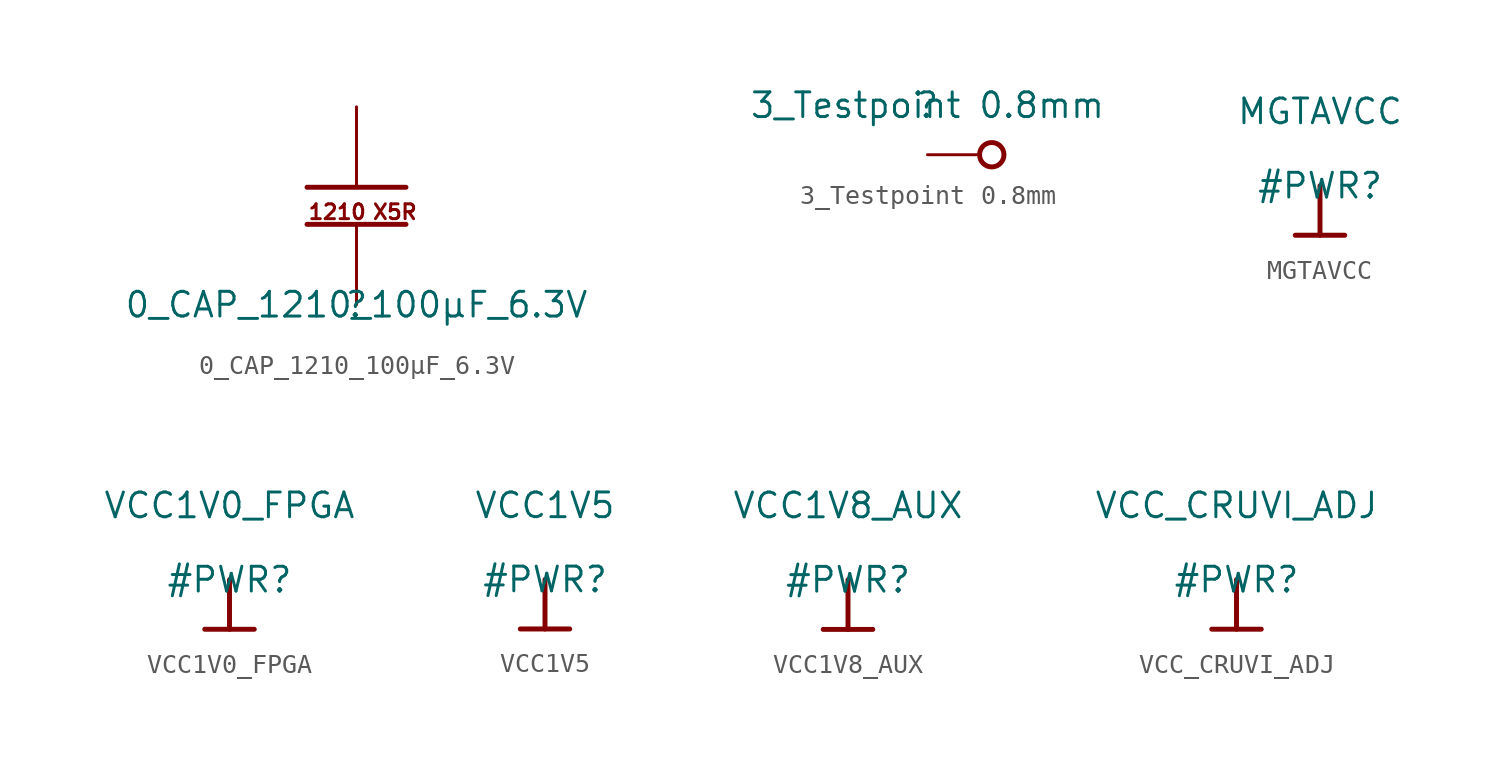
<source format=kicad_sym>
(kicad_symbol_lib
  (version 20211014)
  (generator kicad_symbol_editor)
  (symbol "0_CAP_1210_100µF_6.3V"
    (property "Reference" ""
      (at 0 0 0)
      (effects (font (size 1.27 1.27))))
    (property "Value" "0_CAP_1210_100µF_6.3V"
      (at 0 0 0)
      (effects (font (size 1.27 1.27))))
    (symbol "0_CAP_1210_100µF_6.3V_1_0"
      (polyline (pts (xy -2.54 4.128) (xy 2.54 4.128)) (stroke (width 0.254) (type default) (color 0 0 0 0)) (fill (type none)))
      (polyline (pts (xy -2.54 6.033) (xy 2.54 6.033)) (stroke (width 0.254) (type default) (color 0 0 0 0)) (fill (type none)))
      (text "1210" (at -2.54 4.318 0) (effects (font (size 0.762 0.762)) (justify left bottom)))
      (text "X5R" (at 0.762 4.318 0) (effects (font (size 0.762 0.762)) (justify left bottom)))
      (pin passive line (at 0 10.16 270) (length 4.064) (name "1" (effects (font (size 0 0)))) (number "1" (effects (font (size 0 0)))))
      (pin passive line (at 0 0 90) (length 4.064) (name "2" (effects (font (size 0 0)))) (number "2" (effects (font (size 0 0)))))))
  (symbol "3_Testpoint 0.8mm"
    (property "Reference" ""
      (at 0 0 0)
      (effects (font (size 1.27 1.27))))
    (property "Value" "3_Testpoint 0.8mm"
      (at 0 0 0)
      (effects (font (size 1.27 1.27))))
    (symbol "3_Testpoint 0.8mm_1_0"
      (circle (center 3.302 -2.54) (radius 0.627) (stroke (width 0.254) (type default) (color 0 0 0 0)) (fill (type none)))
      (pin passive line (at 0 -2.54 0) (length 2.54) (name "GND" (effects (font (size 0 0)))) (number "1" (effects (font (size 0 0)))))))
  (symbol "MGTAVCC"
    (power)
    (property "Reference" "#PWR"
      (at 0 0 0)
      (effects (font (size 1.27 1.27))))
    (property "Value" "MGTAVCC"
      (at 0 3.81 0)
      (effects (font (size 1.27 1.27))))
    (symbol "MGTAVCC_0_0"
      (polyline (pts (xy -1.27 -2.54) (xy 1.27 -2.54)) (stroke (width 0.254) (type default) (color 0 0 0 0)) (fill (type none)))
      (polyline (pts (xy 0 0) (xy 0 -2.54)) (stroke (width 0.254) (type default) (color 0 0 0 0)) (fill (type none)))
      (pin power_in line (at 0 0 0) (length 0) hide (name "MGTAVCC" (effects (font (size 1.27 1.27)))) (number "" (effects (font (size 1.27 1.27)))))))
  (symbol "VCC1V0_FPGA"
    (power)
    (property "Reference" "#PWR"
      (at 0 0 0)
      (effects (font (size 1.27 1.27))))
    (property "Value" "VCC1V0_FPGA"
      (at 0 3.81 0)
      (effects (font (size 1.27 1.27))))
    (symbol "VCC1V0_FPGA_0_0"
      (polyline (pts (xy -1.27 -2.54) (xy 1.27 -2.54)) (stroke (width 0.254) (type default) (color 0 0 0 0)) (fill (type none)))
      (polyline (pts (xy 0 0) (xy 0 -2.54)) (stroke (width 0.254) (type default) (color 0 0 0 0)) (fill (type none)))
      (pin power_in line (at 0 0 0) (length 0) hide (name "VCC1V0_FPGA" (effects (font (size 1.27 1.27)))) (number "" (effects (font (size 1.27 1.27)))))))
  (symbol "VCC1V5"
    (power)
    (property "Reference" "#PWR"
      (at 0 0 0)
      (effects (font (size 1.27 1.27))))
    (property "Value" "VCC1V5"
      (at 0 3.81 0)
      (effects (font (size 1.27 1.27))))
    (symbol "VCC1V5_0_0"
      (polyline (pts (xy -1.27 -2.54) (xy 1.27 -2.54)) (stroke (width 0.254) (type default) (color 0 0 0 0)) (fill (type none)))
      (polyline (pts (xy 0 0) (xy 0 -2.54)) (stroke (width 0.254) (type default) (color 0 0 0 0)) (fill (type none)))
      (pin power_in line (at 0 0 0) (length 0) hide (name "VCC1V5" (effects (font (size 1.27 1.27)))) (number "" (effects (font (size 1.27 1.27)))))))
  (symbol "VCC1V8_AUX"
    (power)
    (property "Reference" "#PWR"
      (at 0 0 0)
      (effects (font (size 1.27 1.27))))
    (property "Value" "VCC1V8_AUX"
      (at 0 3.81 0)
      (effects (font (size 1.27 1.27))))
    (symbol "VCC1V8_AUX_0_0"
      (polyline (pts (xy -1.27 -2.54) (xy 1.27 -2.54)) (stroke (width 0.254) (type default) (color 0 0 0 0)) (fill (type none)))
      (polyline (pts (xy 0 0) (xy 0 -2.54)) (stroke (width 0.254) (type default) (color 0 0 0 0)) (fill (type none)))
      (pin power_in line (at 0 0 0) (length 0) hide (name "VCC1V8_AUX" (effects (font (size 1.27 1.27)))) (number "" (effects (font (size 1.27 1.27)))))))
  (symbol "VCC_CRUVI_ADJ"
    (power)
    (property "Reference" "#PWR"
      (at 0 0 0)
      (effects (font (size 1.27 1.27))))
    (property "Value" "VCC_CRUVI_ADJ"
      (at 0 3.81 0)
      (effects (font (size 1.27 1.27))))
    (symbol "VCC_CRUVI_ADJ_0_0"
      (polyline (pts (xy -1.27 -2.54) (xy 1.27 -2.54)) (stroke (width 0.254) (type default) (color 0 0 0 0)) (fill (type none)))
      (polyline (pts (xy 0 0) (xy 0 -2.54)) (stroke (width 0.254) (type default) (color 0 0 0 0)) (fill (type none)))
      (pin power_in line (at 0 0 0) (length 0) hide (name "VCC_CRUVI_ADJ" (effects (font (size 1.27 1.27)))) (number "" (effects (font (size 1.27 1.27))))))))
</source>
